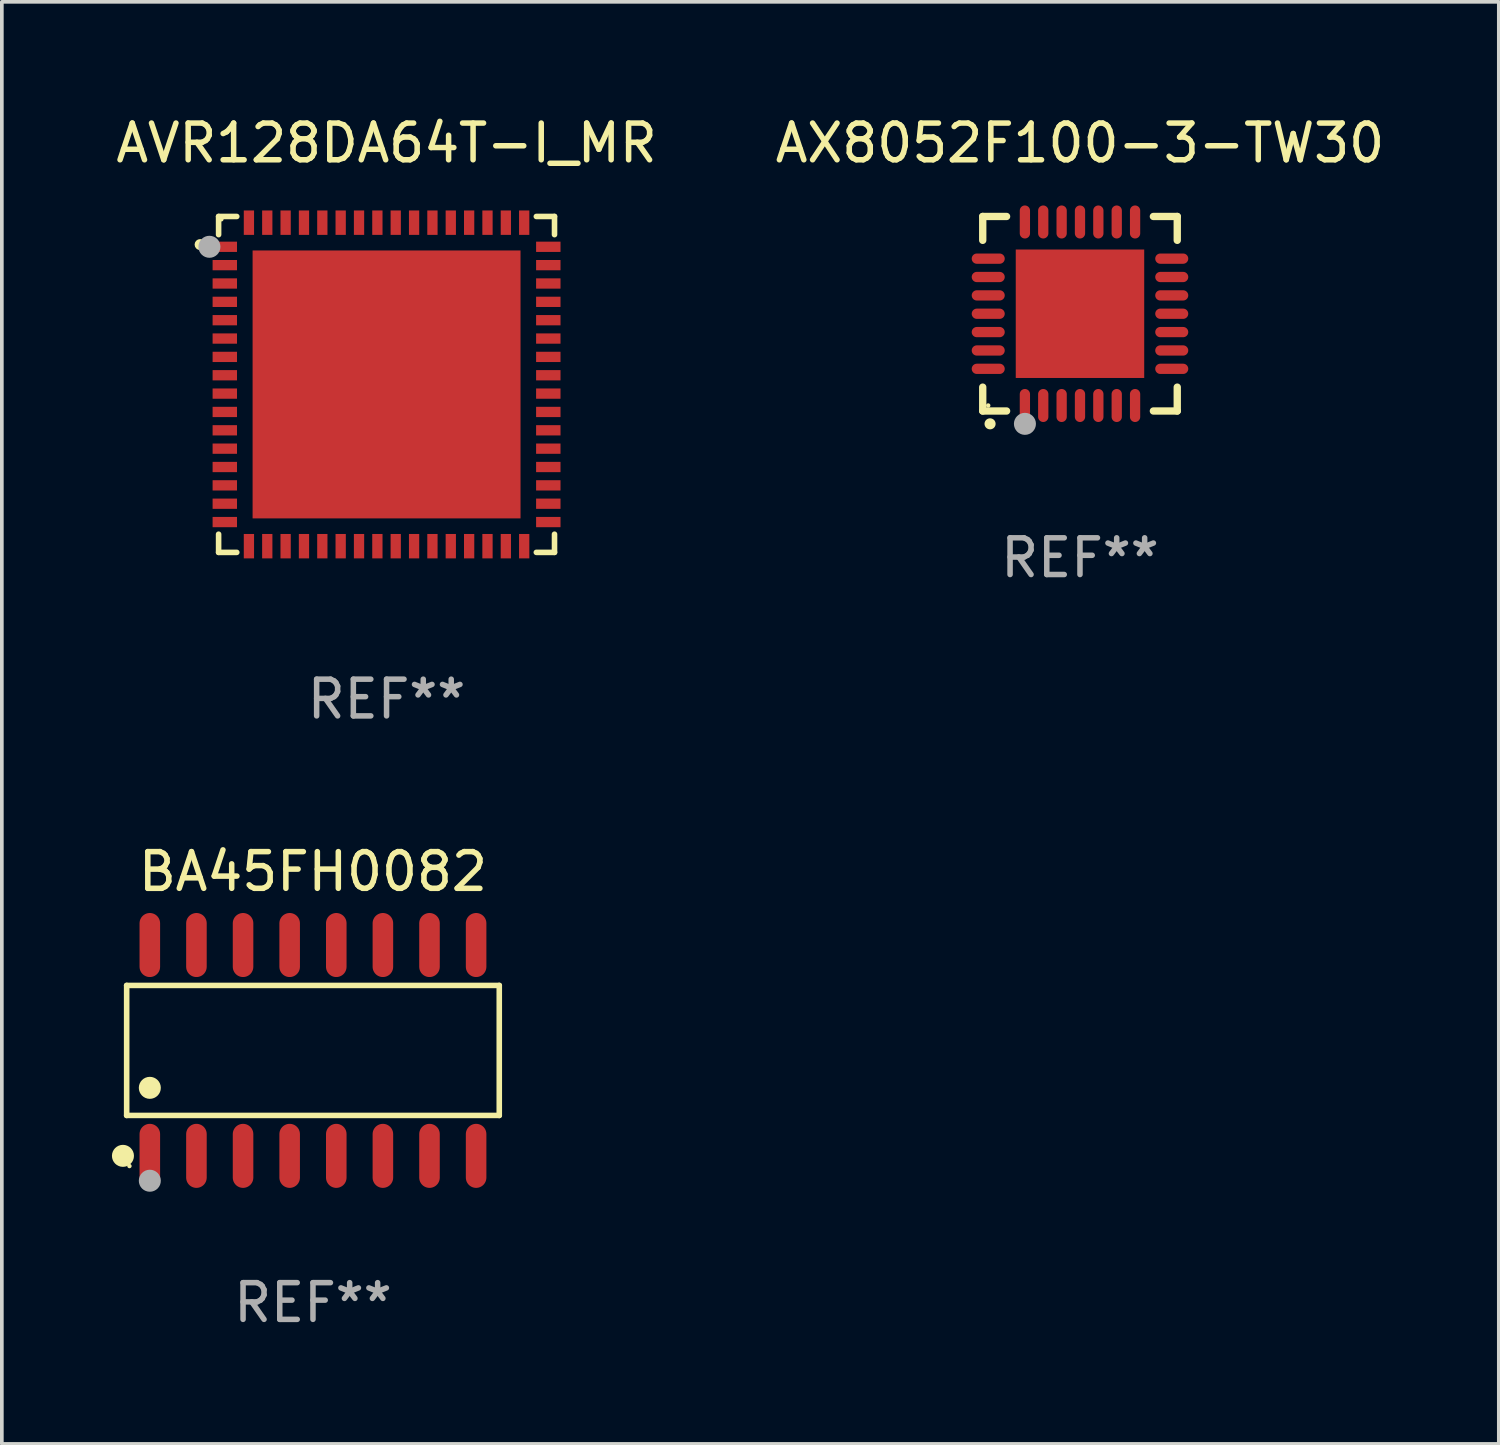
<source format=kicad_pcb>
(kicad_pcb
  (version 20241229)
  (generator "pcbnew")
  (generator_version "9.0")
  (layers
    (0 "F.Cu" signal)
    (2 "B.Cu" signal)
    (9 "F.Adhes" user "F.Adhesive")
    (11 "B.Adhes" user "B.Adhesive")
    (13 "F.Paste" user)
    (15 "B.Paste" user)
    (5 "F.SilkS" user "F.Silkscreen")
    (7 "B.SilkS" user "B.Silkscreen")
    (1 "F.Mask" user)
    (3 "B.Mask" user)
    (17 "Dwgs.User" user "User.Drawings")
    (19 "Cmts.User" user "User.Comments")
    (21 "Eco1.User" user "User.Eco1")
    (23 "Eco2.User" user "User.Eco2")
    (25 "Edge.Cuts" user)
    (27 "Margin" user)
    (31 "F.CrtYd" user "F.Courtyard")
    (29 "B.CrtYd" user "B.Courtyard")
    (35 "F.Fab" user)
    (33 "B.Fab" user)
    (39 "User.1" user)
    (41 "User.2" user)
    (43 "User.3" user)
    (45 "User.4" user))
  (footprint "AX8052F100-3-TW30"
    (layer "F.Cu")
    (at 26.375 5.498)
    (property "Reference" "AX8052F100-3-TW30" (at 0 -4.65 0) (layer "F.SilkS") (effects (font (size 1 1) (thickness 0.15))))
    (attr through_hole)
    (fp_line (start -2.65 -2.65) (end -2.65 -2) (stroke (width 0.2) (type solid)) (layer "F.SilkS"))
    (fp_line (start -2.65 2.65) (end -2.65 2) (stroke (width 0.2) (type solid)) (layer "F.SilkS"))
    (fp_line (start -2 -2.65) (end -2.65 -2.65) (stroke (width 0.2) (type solid)) (layer "F.SilkS"))
    (fp_line (start -2 2.65) (end -2.65 2.65) (stroke (width 0.2) (type solid)) (layer "F.SilkS"))
    (fp_line (start 2 2.65) (end 2.65 2.65) (stroke (width 0.2) (type solid)) (layer "F.SilkS"))
    (fp_line (start 2.65 -2.65) (end 2 -2.65) (stroke (width 0.2) (type solid)) (layer "F.SilkS"))
    (fp_line (start 2.65 -2) (end 2.65 -2.65) (stroke (width 0.2) (type solid)) (layer "F.SilkS"))
    (fp_line (start 2.65 2.65) (end 2.65 2) (stroke (width 0.2) (type solid)) (layer "F.SilkS"))
    (fp_arc (start -2.451105 2.999746) (mid -2.449835 2.999741) (end -2.448565 2.999746) (stroke (width 0.3) (type solid)) (layer "F.SilkS"))
    (fp_circle (center -2.5 2.5) (end -2.47 2.5) (stroke (width 0.06) (type solid)) (fill no) (layer "F.SilkS"))
    (fp_circle (center -1.5 3) (end -1.35 3) (stroke (width 0.3) (type solid)) (fill no) (layer "F.Fab"))
    (fp_text user "REF**" (at 0 6.65 0) (layer "F.Fab") (effects (font (size 1 1) (thickness 0.15))))
    (pad "1" smd oval (at -1.501 2.5 180) (size 0.28 0.9) (layers "F.Cu" "F.Mask" "F.Paste"))
    (pad "2" smd oval (at -1.001 2.5 180) (size 0.28 0.9) (layers "F.Cu" "F.Mask" "F.Paste"))
    (pad "3" smd oval (at -0.5 2.5 180) (size 0.28 0.9) (layers "F.Cu" "F.Mask" "F.Paste"))
    (pad "4" smd oval (at 0.000076 2.5 180) (size 0.28 0.9) (layers "F.Cu" "F.Mask" "F.Paste"))
    (pad "5" smd oval (at 0.5 2.5 180) (size 0.28 0.9) (layers "F.Cu" "F.Mask" "F.Paste"))
    (pad "6" smd oval (at 1.001 2.5 180) (size 0.28 0.9) (layers "F.Cu" "F.Mask" "F.Paste"))
    (pad "7" smd oval (at 1.501 2.5 180) (size 0.28 0.9) (layers "F.Cu" "F.Mask" "F.Paste"))
    (pad "8" smd oval (at 2.5 1.501 90) (size 0.28 0.9) (layers "F.Cu" "F.Mask" "F.Paste"))
    (pad "9" smd oval (at 2.5 1.001 90) (size 0.28 0.9) (layers "F.Cu" "F.Mask" "F.Paste"))
    (pad "10" smd oval (at 2.5 0.5 90) (size 0.28 0.9) (layers "F.Cu" "F.Mask" "F.Paste"))
    (pad "11" smd oval (at 2.5 0.000076 90) (size 0.28 0.9) (layers "F.Cu" "F.Mask" "F.Paste"))
    (pad "12" smd oval (at 2.5 -0.5 90) (size 0.28 0.9) (layers "F.Cu" "F.Mask" "F.Paste"))
    (pad "13" smd oval (at 2.5 -1.001 90) (size 0.28 0.9) (layers "F.Cu" "F.Mask" "F.Paste"))
    (pad "14" smd oval (at 2.5 -1.501 90) (size 0.28 0.9) (layers "F.Cu" "F.Mask" "F.Paste"))
    (pad "15" smd oval (at 1.501 -2.5 180) (size 0.28 0.9) (layers "F.Cu" "F.Mask" "F.Paste"))
    (pad "16" smd oval (at 1.001 -2.5 180) (size 0.28 0.9) (layers "F.Cu" "F.Mask" "F.Paste"))
    (pad "17" smd oval (at 0.5 -2.5 180) (size 0.28 0.9) (layers "F.Cu" "F.Mask" "F.Paste"))
    (pad "18" smd oval (at 0.000076 -2.5 180) (size 0.28 0.9) (layers "F.Cu" "F.Mask" "F.Paste"))
    (pad "19" smd oval (at -0.5 -2.5 180) (size 0.28 0.9) (layers "F.Cu" "F.Mask" "F.Paste"))
    (pad "20" smd oval (at -1.001 -2.5 180) (size 0.28 0.9) (layers "F.Cu" "F.Mask" "F.Paste"))
    (pad "21" smd oval (at -1.501 -2.5 180) (size 0.28 0.9) (layers "F.Cu" "F.Mask" "F.Paste"))
    (pad "22" smd oval (at -2.5 -1.501 90) (size 0.28 0.9) (layers "F.Cu" "F.Mask" "F.Paste"))
    (pad "23" smd oval (at -2.5 -1.001 90) (size 0.28 0.9) (layers "F.Cu" "F.Mask" "F.Paste"))
    (pad "24" smd oval (at -2.5 -0.5 90) (size 0.28 0.9) (layers "F.Cu" "F.Mask" "F.Paste"))
    (pad "25" smd oval (at -2.5 0.000076 90) (size 0.28 0.9) (layers "F.Cu" "F.Mask" "F.Paste"))
    (pad "26" smd oval (at -2.5 0.5 90) (size 0.28 0.9) (layers "F.Cu" "F.Mask" "F.Paste"))
    (pad "27" smd oval (at -2.5 1.001 90) (size 0.28 0.9) (layers "F.Cu" "F.Mask" "F.Paste"))
    (pad "28" smd oval (at -2.5 1.501 90) (size 0.28 0.9) (layers "F.Cu" "F.Mask" "F.Paste"))
    (pad "29" smd rect (at 0.000076 0.000076 90) (size 3.5 3.5) (layers "F.Cu" "F.Mask" "F.Paste")))
  (footprint "BA45FH0082"
    (layer "F.Cu")
    (at 5.477 25.57)
    (property "Reference" "BA45FH0082" (at 0 -4.872 0) (layer "F.SilkS") (effects (font (size 1 1) (thickness 0.15))))
    (attr through_hole)
    (fp_line (start -5.076 -1.771) (end 5.076 -1.771) (stroke (width 0.152) (type solid)) (layer "F.SilkS"))
    (fp_line (start -5.076 1.771) (end -5.076 -1.771) (stroke (width 0.152) (type solid)) (layer "F.SilkS"))
    (fp_line (start 5.076 -1.771) (end 5.076 1.771) (stroke (width 0.152) (type solid)) (layer "F.SilkS"))
    (fp_line (start 5.076 1.771) (end -5.076 1.771) (stroke (width 0.152) (type solid)) (layer "F.SilkS"))
    (fp_circle (center -5.177 2.872) (end -5.027 2.872) (stroke (width 0.3) (type solid)) (fill no) (layer "F.SilkS"))
    (fp_circle (center -5 3.15) (end -4.97 3.15) (stroke (width 0.06) (type solid)) (fill no) (layer "F.SilkS"))
    (fp_circle (center -4.445 1.019) (end -4.295 1.019) (stroke (width 0.3) (type solid)) (fill no) (layer "F.SilkS"))
    (fp_circle (center -4.445 3.55) (end -4.295 3.55) (stroke (width 0.3) (type solid)) (fill no) (layer "F.Fab"))
    (fp_text user "REF**" (at 0 6.872 0) (layer "F.Fab") (effects (font (size 1 1) (thickness 0.15))))
    (pad "1" smd oval (at -4.445 2.872) (size 0.56 1.745) (layers "F.Cu" "F.Mask" "F.Paste"))
    (pad "2" smd oval (at -3.175 2.872) (size 0.56 1.745) (layers "F.Cu" "F.Mask" "F.Paste"))
    (pad "3" smd oval (at -1.905 2.872) (size 0.56 1.745) (layers "F.Cu" "F.Mask" "F.Paste"))
    (pad "4" smd oval (at -0.635 2.872) (size 0.56 1.745) (layers "F.Cu" "F.Mask" "F.Paste"))
    (pad "5" smd oval (at 0.635 2.872) (size 0.56 1.745) (layers "F.Cu" "F.Mask" "F.Paste"))
    (pad "6" smd oval (at 1.905 2.872) (size 0.56 1.745) (layers "F.Cu" "F.Mask" "F.Paste"))
    (pad "7" smd oval (at 3.175 2.872) (size 0.56 1.745) (layers "F.Cu" "F.Mask" "F.Paste"))
    (pad "8" smd oval (at 4.445 2.872) (size 0.56 1.745) (layers "F.Cu" "F.Mask" "F.Paste"))
    (pad "9" smd oval (at 4.445 -2.872) (size 0.56 1.745) (layers "F.Cu" "F.Mask" "F.Paste"))
    (pad "10" smd oval (at 3.175 -2.872) (size 0.56 1.745) (layers "F.Cu" "F.Mask" "F.Paste"))
    (pad "11" smd oval (at 1.905 -2.872) (size 0.56 1.745) (layers "F.Cu" "F.Mask" "F.Paste"))
    (pad "12" smd oval (at 0.635 -2.872) (size 0.56 1.745) (layers "F.Cu" "F.Mask" "F.Paste"))
    (pad "13" smd oval (at -0.635 -2.872) (size 0.56 1.745) (layers "F.Cu" "F.Mask" "F.Paste"))
    (pad "14" smd oval (at -1.905 -2.872) (size 0.56 1.745) (layers "F.Cu" "F.Mask" "F.Paste"))
    (pad "15" smd oval (at -3.175 -2.872) (size 0.56 1.745) (layers "F.Cu" "F.Mask" "F.Paste"))
    (pad "16" smd oval (at -4.445 -2.872) (size 0.56 1.745) (layers "F.Cu" "F.Mask" "F.Paste")))
  (footprint "AVR128DA64T-I_MR"
    (layer "F.Cu")
    (at 7.482 7.424)
    (property "Reference" "AVR128DA64T-I_MR" (at 0 -6.576 0) (layer "F.SilkS") (effects (font (size 1 1) (thickness 0.15))))
    (attr through_hole)
    (fp_line (start -4.576 -4.576) (end -4.576 -4.081) (stroke (width 0.152) (type solid)) (layer "F.SilkS"))
    (fp_line (start -4.576 4.576) (end -4.576 4.081) (stroke (width 0.152) (type solid)) (layer "F.SilkS"))
    (fp_line (start -4.081 -4.576) (end -4.576 -4.576) (stroke (width 0.152) (type solid)) (layer "F.SilkS"))
    (fp_line (start -4.081 4.576) (end -4.576 4.576) (stroke (width 0.152) (type solid)) (layer "F.SilkS"))
    (fp_line (start 4.081 -4.576) (end 4.576 -4.576) (stroke (width 0.152) (type solid)) (layer "F.SilkS"))
    (fp_line (start 4.081 4.576) (end 4.576 4.576) (stroke (width 0.152) (type solid)) (layer "F.SilkS"))
    (fp_line (start 4.576 -4.576) (end 4.576 -4.081) (stroke (width 0.152) (type solid)) (layer "F.SilkS"))
    (fp_line (start 4.576 4.576) (end 4.576 4.081) (stroke (width 0.152) (type solid)) (layer "F.SilkS"))
    (fp_circle (center -5.08 -3.81) (end -5.005 -3.81) (stroke (width 0.15) (type solid)) (fill no) (layer "F.SilkS"))
    (fp_circle (center -4.5 -4.5) (end -4.47 -4.5) (stroke (width 0.06) (type solid)) (fill no) (layer "F.SilkS"))
    (fp_circle (center -4.826 -3.75) (end -4.676 -3.75) (stroke (width 0.3) (type solid)) (fill no) (layer "F.Fab"))
    (fp_text user "REF**" (at 0 8.576 0) (layer "F.Fab") (effects (font (size 1 1) (thickness 0.15))))
    (pad "1" smd rect (at -4.407 -3.75) (size 0.665 0.28) (layers "F.Cu" "F.Mask" "F.Paste"))
    (pad "2" smd rect (at -4.407 -3.25) (size 0.665 0.28) (layers "F.Cu" "F.Mask" "F.Paste"))
    (pad "3" smd rect (at -4.407 -2.75) (size 0.665 0.28) (layers "F.Cu" "F.Mask" "F.Paste"))
    (pad "4" smd rect (at -4.407 -2.25) (size 0.665 0.28) (layers "F.Cu" "F.Mask" "F.Paste"))
    (pad "5" smd rect (at -4.407 -1.75) (size 0.665 0.28) (layers "F.Cu" "F.Mask" "F.Paste"))
    (pad "6" smd rect (at -4.407 -1.25) (size 0.665 0.28) (layers "F.Cu" "F.Mask" "F.Paste"))
    (pad "7" smd rect (at -4.407 -0.75) (size 0.665 0.28) (layers "F.Cu" "F.Mask" "F.Paste"))
    (pad "8" smd rect (at -4.407 -0.25) (size 0.665 0.28) (layers "F.Cu" "F.Mask" "F.Paste"))
    (pad "9" smd rect (at -4.407 0.25) (size 0.665 0.28) (layers "F.Cu" "F.Mask" "F.Paste"))
    (pad "10" smd rect (at -4.407 0.75) (size 0.665 0.28) (layers "F.Cu" "F.Mask" "F.Paste"))
    (pad "11" smd rect (at -4.407 1.25) (size 0.665 0.28) (layers "F.Cu" "F.Mask" "F.Paste"))
    (pad "12" smd rect (at -4.407 1.75) (size 0.665 0.28) (layers "F.Cu" "F.Mask" "F.Paste"))
    (pad "13" smd rect (at -4.407 2.25) (size 0.665 0.28) (layers "F.Cu" "F.Mask" "F.Paste"))
    (pad "14" smd rect (at -4.407 2.75) (size 0.665 0.28) (layers "F.Cu" "F.Mask" "F.Paste"))
    (pad "15" smd rect (at -4.407 3.25) (size 0.665 0.28) (layers "F.Cu" "F.Mask" "F.Paste"))
    (pad "16" smd rect (at -4.407 3.75) (size 0.665 0.28) (layers "F.Cu" "F.Mask" "F.Paste"))
    (pad "17" smd rect (at -3.75 4.407) (size 0.28 0.665) (layers "F.Cu" "F.Mask" "F.Paste"))
    (pad "18" smd rect (at -3.25 4.407) (size 0.28 0.665) (layers "F.Cu" "F.Mask" "F.Paste"))
    (pad "19" smd rect (at -2.75 4.407) (size 0.28 0.665) (layers "F.Cu" "F.Mask" "F.Paste"))
    (pad "20" smd rect (at -2.25 4.407) (size 0.28 0.665) (layers "F.Cu" "F.Mask" "F.Paste"))
    (pad "21" smd rect (at -1.75 4.407) (size 0.28 0.665) (layers "F.Cu" "F.Mask" "F.Paste"))
    (pad "22" smd rect (at -1.25 4.407) (size 0.28 0.665) (layers "F.Cu" "F.Mask" "F.Paste"))
    (pad "23" smd rect (at -0.75 4.407) (size 0.28 0.665) (layers "F.Cu" "F.Mask" "F.Paste"))
    (pad "24" smd rect (at -0.25 4.407) (size 0.28 0.665) (layers "F.Cu" "F.Mask" "F.Paste"))
    (pad "25" smd rect (at 0.25 4.407) (size 0.28 0.665) (layers "F.Cu" "F.Mask" "F.Paste"))
    (pad "26" smd rect (at 0.75 4.407) (size 0.28 0.665) (layers "F.Cu" "F.Mask" "F.Paste"))
    (pad "27" smd rect (at 1.25 4.407) (size 0.28 0.665) (layers "F.Cu" "F.Mask" "F.Paste"))
    (pad "28" smd rect (at 1.75 4.407) (size 0.28 0.665) (layers "F.Cu" "F.Mask" "F.Paste"))
    (pad "29" smd rect (at 2.25 4.407) (size 0.28 0.665) (layers "F.Cu" "F.Mask" "F.Paste"))
    (pad "30" smd rect (at 2.75 4.407) (size 0.28 0.665) (layers "F.Cu" "F.Mask" "F.Paste"))
    (pad "31" smd rect (at 3.25 4.407) (size 0.28 0.665) (layers "F.Cu" "F.Mask" "F.Paste"))
    (pad "32" smd rect (at 3.75 4.407) (size 0.28 0.665) (layers "F.Cu" "F.Mask" "F.Paste"))
    (pad "33" smd rect (at 4.407 3.75) (size 0.665 0.28) (layers "F.Cu" "F.Mask" "F.Paste"))
    (pad "34" smd rect (at 4.407 3.25) (size 0.665 0.28) (layers "F.Cu" "F.Mask" "F.Paste"))
    (pad "35" smd rect (at 4.407 2.75) (size 0.665 0.28) (layers "F.Cu" "F.Mask" "F.Paste"))
    (pad "36" smd rect (at 4.407 2.25) (size 0.665 0.28) (layers "F.Cu" "F.Mask" "F.Paste"))
    (pad "37" smd rect (at 4.407 1.75) (size 0.665 0.28) (layers "F.Cu" "F.Mask" "F.Paste"))
    (pad "38" smd rect (at 4.407 1.25) (size 0.665 0.28) (layers "F.Cu" "F.Mask" "F.Paste"))
    (pad "39" smd rect (at 4.407 0.75) (size 0.665 0.28) (layers "F.Cu" "F.Mask" "F.Paste"))
    (pad "40" smd rect (at 4.407 0.25) (size 0.665 0.28) (layers "F.Cu" "F.Mask" "F.Paste"))
    (pad "41" smd rect (at 4.407 -0.25) (size 0.665 0.28) (layers "F.Cu" "F.Mask" "F.Paste"))
    (pad "42" smd rect (at 4.407 -0.75) (size 0.665 0.28) (layers "F.Cu" "F.Mask" "F.Paste"))
    (pad "43" smd rect (at 4.407 -1.25) (size 0.665 0.28) (layers "F.Cu" "F.Mask" "F.Paste"))
    (pad "44" smd rect (at 4.407 -1.75) (size 0.665 0.28) (layers "F.Cu" "F.Mask" "F.Paste"))
    (pad "45" smd rect (at 4.407 -2.25) (size 0.665 0.28) (layers "F.Cu" "F.Mask" "F.Paste"))
    (pad "46" smd rect (at 4.407 -2.75) (size 0.665 0.28) (layers "F.Cu" "F.Mask" "F.Paste"))
    (pad "47" smd rect (at 4.407 -3.25) (size 0.665 0.28) (layers "F.Cu" "F.Mask" "F.Paste"))
    (pad "48" smd rect (at 4.407 -3.75) (size 0.665 0.28) (layers "F.Cu" "F.Mask" "F.Paste"))
    (pad "49" smd rect (at 3.75 -4.407) (size 0.28 0.665) (layers "F.Cu" "F.Mask" "F.Paste"))
    (pad "50" smd rect (at 3.25 -4.407) (size 0.28 0.665) (layers "F.Cu" "F.Mask" "F.Paste"))
    (pad "51" smd rect (at 2.75 -4.407) (size 0.28 0.665) (layers "F.Cu" "F.Mask" "F.Paste"))
    (pad "52" smd rect (at 2.25 -4.407) (size 0.28 0.665) (layers "F.Cu" "F.Mask" "F.Paste"))
    (pad "53" smd rect (at 1.75 -4.407) (size 0.28 0.665) (layers "F.Cu" "F.Mask" "F.Paste"))
    (pad "54" smd rect (at 1.25 -4.407) (size 0.28 0.665) (layers "F.Cu" "F.Mask" "F.Paste"))
    (pad "55" smd rect (at 0.75 -4.407) (size 0.28 0.665) (layers "F.Cu" "F.Mask" "F.Paste"))
    (pad "56" smd rect (at 0.25 -4.407) (size 0.28 0.665) (layers "F.Cu" "F.Mask" "F.Paste"))
    (pad "57" smd rect (at -0.25 -4.407) (size 0.28 0.665) (layers "F.Cu" "F.Mask" "F.Paste"))
    (pad "58" smd rect (at -0.75 -4.407) (size 0.28 0.665) (layers "F.Cu" "F.Mask" "F.Paste"))
    (pad "59" smd rect (at -1.25 -4.407) (size 0.28 0.665) (layers "F.Cu" "F.Mask" "F.Paste"))
    (pad "60" smd rect (at -1.75 -4.407) (size 0.28 0.665) (layers "F.Cu" "F.Mask" "F.Paste"))
    (pad "61" smd rect (at -2.25 -4.407) (size 0.28 0.665) (layers "F.Cu" "F.Mask" "F.Paste"))
    (pad "62" smd rect (at -2.75 -4.407) (size 0.28 0.665) (layers "F.Cu" "F.Mask" "F.Paste"))
    (pad "63" smd rect (at -3.25 -4.407) (size 0.28 0.665) (layers "F.Cu" "F.Mask" "F.Paste"))
    (pad "64" smd rect (at -3.75 -4.407) (size 0.28 0.665) (layers "F.Cu" "F.Mask" "F.Paste"))
    (pad "65" smd rect (at 0 0) (size 7.3 7.3) (layers "F.Cu" "F.Mask" "F.Paste")))
  (gr_rect
    (start -3 -3)
    (end 37.786 36.29)
    (stroke (width 0.1) (type default))
    (fill no)
    (layer "Edge.Cuts")))
</source>
